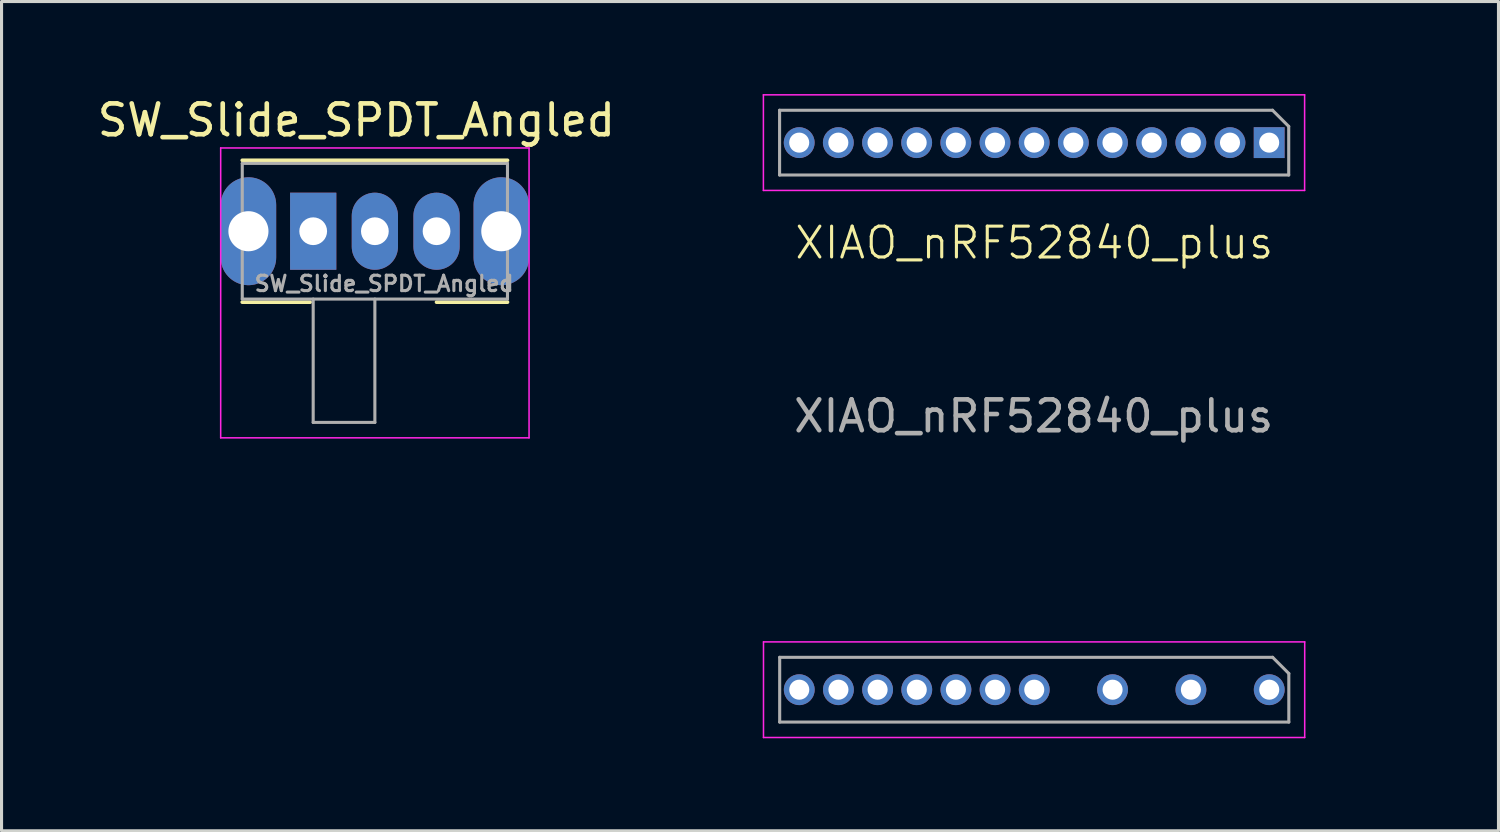
<source format=kicad_pcb>
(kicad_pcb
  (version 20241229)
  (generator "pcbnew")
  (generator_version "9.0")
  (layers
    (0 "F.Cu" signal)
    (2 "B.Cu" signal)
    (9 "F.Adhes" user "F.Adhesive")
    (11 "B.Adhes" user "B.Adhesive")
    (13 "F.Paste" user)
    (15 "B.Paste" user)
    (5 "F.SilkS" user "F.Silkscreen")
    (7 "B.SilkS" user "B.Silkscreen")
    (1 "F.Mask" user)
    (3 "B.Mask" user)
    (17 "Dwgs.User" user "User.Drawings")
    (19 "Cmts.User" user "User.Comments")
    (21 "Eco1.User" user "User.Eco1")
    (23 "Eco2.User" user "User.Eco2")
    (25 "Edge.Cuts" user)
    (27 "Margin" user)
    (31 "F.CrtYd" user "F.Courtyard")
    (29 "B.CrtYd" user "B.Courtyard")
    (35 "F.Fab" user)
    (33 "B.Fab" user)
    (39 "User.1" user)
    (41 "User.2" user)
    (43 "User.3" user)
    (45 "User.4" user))
  (footprint "XIAO_nRF52840_plus"
    (layer "F.Cu")
    (at 30.478 10.465)
    (property "Reference" "XIAO_nRF52840_plus" (at 0.01 -5.64 0) (unlocked yes) (layer "F.SilkS") (effects (font (size 1 1) (thickness 0.1))))
    (attr smd)
    (fp_circle (center 7.182 7.297) (end 7.27 7.297) (stroke (width 0.175) (type solid)) (fill yes) (layer "F.Mask"))
    (fp_circle (center 7.182 7.797) (end 7.27 7.797) (stroke (width 0.175) (type solid)) (fill yes) (layer "F.Mask"))
    (fp_line (start -8.329 -7.804) (end -8.223 -7.804) (stroke (width 0.001) (type solid)) (layer "Cmts.User"))
    (fp_line (start -7.429 7.48) (end -7.429 7.68) (stroke (width 0.001) (type solid)) (layer "Cmts.User"))
    (fp_line (start -7.429 7.68) (end -8.329 7.68) (stroke (width 0.001) (type solid)) (layer "Cmts.User"))
    (fp_line (start -7.223 -8.104) (end -7.223 -7.604) (stroke (width 0.001) (type solid)) (layer "Cmts.User"))
    (fp_line (start -4.592 -7.604) (end -4.592 -7.804) (stroke (width 0.001) (type solid)) (layer "Cmts.User"))
    (fp_line (start -4.592 7.68) (end -4.592 7.48) (stroke (width 0.001) (type solid)) (layer "Cmts.User"))
    (fp_line (start 2.224 7.98) (end 2.224 7.48) (stroke (width 0.001) (type solid)) (layer "Cmts.User"))
    (fp_line (start 2.436 -7.604) (end 2.436 -7.804) (stroke (width 0.001) (type solid)) (layer "Cmts.User"))
    (fp_line (start 3.224 7.68) (end 3.224 7.98) (stroke (width 0.001) (type solid)) (layer "Cmts.User"))
    (fp_line (start 3.224 7.98) (end 2.224 7.98) (stroke (width 0.001) (type solid)) (layer "Cmts.User"))
    (fp_line (start 10.007 8.297) (end 10.057 8.297) (stroke (width 0.001) (type solid)) (layer "Cmts.User"))
    (fp_line (start 10.032 8.272) (end 10.032 8.322) (stroke (width 0.001) (type solid)) (layer "Cmts.User"))
    (fp_line (start -8.773 -10.44) (end -8.773 -7.34) (stroke (width 0.05) (type solid)) (layer "F.CrtYd"))
    (fp_line (start -8.773 -7.34) (end 8.777 -7.34) (stroke (width 0.05) (type solid)) (layer "F.CrtYd"))
    (fp_line (start -8.77 7.3) (end -8.77 10.4) (stroke (width 0.05) (type solid)) (layer "F.CrtYd"))
    (fp_line (start -8.77 10.4) (end 8.78 10.4) (stroke (width 0.05) (type solid)) (layer "F.CrtYd"))
    (fp_line (start 8.777 -10.44) (end -8.773 -10.44) (stroke (width 0.05) (type solid)) (layer "F.CrtYd"))
    (fp_line (start 8.777 -7.34) (end 8.777 -10.44) (stroke (width 0.05) (type solid)) (layer "F.CrtYd"))
    (fp_line (start 8.78 7.3) (end -8.77 7.3) (stroke (width 0.05) (type solid)) (layer "F.CrtYd"))
    (fp_line (start 8.78 10.4) (end 8.78 7.3) (stroke (width 0.05) (type solid)) (layer "F.CrtYd"))
    (fp_line (start -8.248 -9.94) (end 7.737 -9.94) (stroke (width 0.1) (type solid)) (layer "F.Fab"))
    (fp_line (start -8.248 -7.84) (end -8.248 -9.94) (stroke (width 0.1) (type solid)) (layer "F.Fab"))
    (fp_line (start -8.245 7.8) (end 7.74 7.8) (stroke (width 0.1) (type solid)) (layer "F.Fab"))
    (fp_line (start -8.245 9.9) (end -8.245 7.8) (stroke (width 0.1) (type solid)) (layer "F.Fab"))
    (fp_line (start 7.737 -9.94) (end 8.262 -9.415) (stroke (width 0.1) (type solid)) (layer "F.Fab"))
    (fp_line (start 7.74 7.8) (end 8.265 8.325) (stroke (width 0.1) (type solid)) (layer "F.Fab"))
    (fp_line (start 8.262 -9.415) (end 8.262 -7.84) (stroke (width 0.1) (type solid)) (layer "F.Fab"))
    (fp_line (start 8.262 -7.84) (end -8.248 -7.84) (stroke (width 0.1) (type solid)) (layer "F.Fab"))
    (fp_line (start 8.265 8.325) (end 8.265 9.9) (stroke (width 0.1) (type solid)) (layer "F.Fab"))
    (fp_line (start 8.265 9.9) (end -8.245 9.9) (stroke (width 0.1) (type solid)) (layer "F.Fab"))
    (fp_line (start 10.502 4.478) (end 10.502 -4.524) (stroke (width 0.1) (type default)) (layer "User.1"))
    (fp_line (start 10.512 -4.524) (end 12.014 -4.524) (stroke (width 0.1) (type default)) (layer "User.1"))
    (fp_line (start 12.014 -4.524) (end 12.014 4.478) (stroke (width 0.1) (type default)) (layer "User.1"))
    (fp_line (start 12.014 4.478) (end 10.502 4.478) (stroke (width 0.1) (type default)) (layer "User.1"))
    (fp_rect (start 5.647 -3.849) (end 11.997 3.771) (stroke (width 0.076) (type default)) (fill no) (layer "User.1"))
    (fp_line (start -10.465 -7.02) (end -10.465 6.95) (stroke (width 0.003) (type solid)) (layer "User.9"))
    (fp_line (start -8.56 -8.925) (end 8.585 -8.925) (stroke (width 0.003) (type solid)) (layer "User.9"))
    (fp_line (start -8.56 8.855) (end 8.585 8.855) (stroke (width 0.003) (type solid)) (layer "User.9"))
    (fp_line (start 10.49 6.95) (end 10.49 -7.02) (stroke (width 0.003) (type solid)) (layer "User.9"))
    (fp_arc (start -10.465 -7.02) (mid -9.907038 -8.367038) (end -8.56 -8.925) (stroke (width 0.00254) (type solid)) (layer "User.9"))
    (fp_arc (start -8.56 8.855) (mid -9.907038 8.297038) (end -10.465 6.95) (stroke (width 0.00254) (type solid)) (layer "User.9"))
    (fp_arc (start 8.585 -8.925) (mid 9.932038 -8.367038) (end 10.49 -7.02) (stroke (width 0.00254) (type solid)) (layer "User.9"))
    (fp_arc (start 10.49 6.95) (mid 9.932038 8.297038) (end 8.585 8.855) (stroke (width 0.00254) (type solid)) (layer "User.9"))
    (fp_text user "${REFERENCE}" (at -0.01 -0.02 0) (unlocked yes) (layer "F.Fab") (effects (font (size 1 1) (thickness 0.15))))
    (pad "1" thru_hole rect (at 7.628 -8.89 270) (size 1 1) (drill 0.65) (layers "*.Cu" "*.Mask"))
    (pad "2" thru_hole oval (at 5.088 -8.89 270) (size 1 1) (drill 0.65) (layers "*.Cu" "*.Mask"))
    (pad "3" thru_hole oval (at 2.547 -8.89 270) (size 1 1) (drill 0.65) (layers "*.Cu" "*.Mask"))
    (pad "4" thru_hole oval (at 0.007 -8.89 270) (size 1 1) (drill 0.65) (layers "*.Cu" "*.Mask"))
    (pad "5" thru_hole oval (at -2.533 -8.89 270) (size 1 1) (drill 0.65) (layers "*.Cu" "*.Mask"))
    (pad "6" thru_hole oval (at -5.072 -8.89 270) (size 1 1) (drill 0.65) (layers "*.Cu" "*.Mask"))
    (pad "7" thru_hole oval (at -7.612 -8.89 270) (size 1 1) (drill 0.65) (layers "*.Cu" "*.Mask"))
    (pad "8" thru_hole oval (at -7.61 8.85 270) (size 1 1) (drill 0.65) (layers "*.Cu" "*.Mask"))
    (pad "9" thru_hole oval (at -5.07 8.85 270) (size 1 1) (drill 0.65) (layers "*.Cu" "*.Mask"))
    (pad "10" thru_hole oval (at -2.53 8.85 270) (size 1 1) (drill 0.65) (layers "*.Cu" "*.Mask"))
    (pad "11" thru_hole oval (at 0.01 8.85 270) (size 1 1) (drill 0.65) (layers "*.Cu" "*.Mask"))
    (pad "12" thru_hole oval (at 2.55 8.85 270) (size 1 1) (drill 0.65) (layers "*.Cu" "*.Mask"))
    (pad "13" thru_hole oval (at 5.09 8.85 270) (size 1 1) (drill 0.65) (layers "*.Cu" "*.Mask"))
    (pad "14" thru_hole oval (at 7.63 8.85 270) (size 1 1) (drill 0.65) (layers "*.Cu" "*.Mask"))
    (pad "15" thru_hole oval (at 6.357 -8.89 270) (size 1 1) (drill 0.65) (layers "*.Cu" "*.Mask"))
    (pad "16" thru_hole oval (at 3.817 -8.89 270) (size 1 1) (drill 0.65) (layers "*.Cu" "*.Mask"))
    (pad "17" thru_hole oval (at 1.278 -8.89 270) (size 1 1) (drill 0.65) (layers "*.Cu" "*.Mask"))
    (pad "18" thru_hole oval (at -1.262 -8.89 270) (size 1 1) (drill 0.65) (layers "*.Cu" "*.Mask"))
    (pad "19" thru_hole oval (at -3.803 -8.89 270) (size 1 1) (drill 0.65) (layers "*.Cu" "*.Mask"))
    (pad "20" thru_hole oval (at -6.343 -8.89 270) (size 1 1) (drill 0.65) (layers "*.Cu" "*.Mask"))
    (pad "21" thru_hole oval (at -6.34 8.85 270) (size 1 1) (drill 0.65) (layers "*.Cu" "*.Mask"))
    (pad "22" thru_hole oval (at -3.8 8.85 270) (size 1 1) (drill 0.65) (layers "*.Cu" "*.Mask"))
    (pad "23" thru_hole oval (at -1.26 8.85 270) (size 1 1) (drill 0.65) (layers "*.Cu" "*.Mask")))
  (footprint "SW_Slide_SPDT_Angled"
    (layer "F.Cu")
    (at 7.106 4.448)
    (property "Reference" "SW_Slide_SPDT_Angled" (at 1.4 -3.6 0) (layer "F.SilkS") (effects (font (size 1 1) (thickness 0.15))))
    (attr through_hole)
    (fp_line (start -2.3 -2.3) (end 6.3 -2.3) (stroke (width 0.12) (type solid)) (layer "F.SilkS"))
    (fp_line (start -2.3 2.3) (end -0.1 2.3) (stroke (width 0.12) (type solid)) (layer "F.SilkS"))
    (fp_line (start 4 2.3) (end 6.3 2.3) (stroke (width 0.12) (type solid)) (layer "F.SilkS"))
    (fp_line (start -3 -2.7) (end 7 -2.7) (stroke (width 0.05) (type solid)) (layer "F.CrtYd"))
    (fp_line (start -3 6.7) (end -3 -2.7) (stroke (width 0.05) (type solid)) (layer "F.CrtYd"))
    (fp_line (start 7 -2.7) (end 7 6.7) (stroke (width 0.05) (type solid)) (layer "F.CrtYd"))
    (fp_line (start 7 6.7) (end -3 6.7) (stroke (width 0.05) (type solid)) (layer "F.CrtYd"))
    (fp_line (start -2.3 -2.2) (end -2.3 2.2) (stroke (width 0.1) (type solid)) (layer "F.Fab"))
    (fp_line (start -2.3 -2.2) (end 6.3 -2.2) (stroke (width 0.1) (type solid)) (layer "F.Fab"))
    (fp_line (start -2.3 2.2) (end 6.3 2.2) (stroke (width 0.1) (type solid)) (layer "F.Fab"))
    (fp_line (start 0 6.2) (end 0 2.2) (stroke (width 0.1) (type solid)) (layer "F.Fab"))
    (fp_line (start 2 2.2) (end 2 6.2) (stroke (width 0.1) (type solid)) (layer "F.Fab"))
    (fp_line (start 2 6.2) (end 0 6.2) (stroke (width 0.1) (type solid)) (layer "F.Fab"))
    (fp_line (start 6.3 2.2) (end 6.3 -2.2) (stroke (width 0.1) (type solid)) (layer "F.Fab"))
    (fp_text user "${REFERENCE}" (at 2.3 1.7 0) (layer "F.Fab") (effects (font (size 0.5 0.5) (thickness 0.1))))
    (pad "" thru_hole oval (at -2.1 0) (size 1.8 3.5) (drill 1.3) (layers "*.Cu" "*.Mask"))
    (pad "" thru_hole oval (at 6.1 0) (size 1.8 3.5) (drill 1.3) (layers "*.Cu" "*.Mask"))
    (pad "1" thru_hole rect (at 0 0) (size 1.5 2.5) (drill 0.9) (layers "*.Cu" "*.Mask"))
    (pad "2" thru_hole oval (at 2 0) (size 1.5 2.5) (drill 0.9) (layers "*.Cu" "*.Mask"))
    (pad "3" thru_hole oval (at 4 0) (size 1.5 2.5) (drill 0.9) (layers "*.Cu" "*.Mask")))
  (gr_rect
    (start -3 -3)
    (end 45.542 23.89)
    (stroke (width 0.1) (type default))
    (fill no)
    (layer "Edge.Cuts")))
</source>
